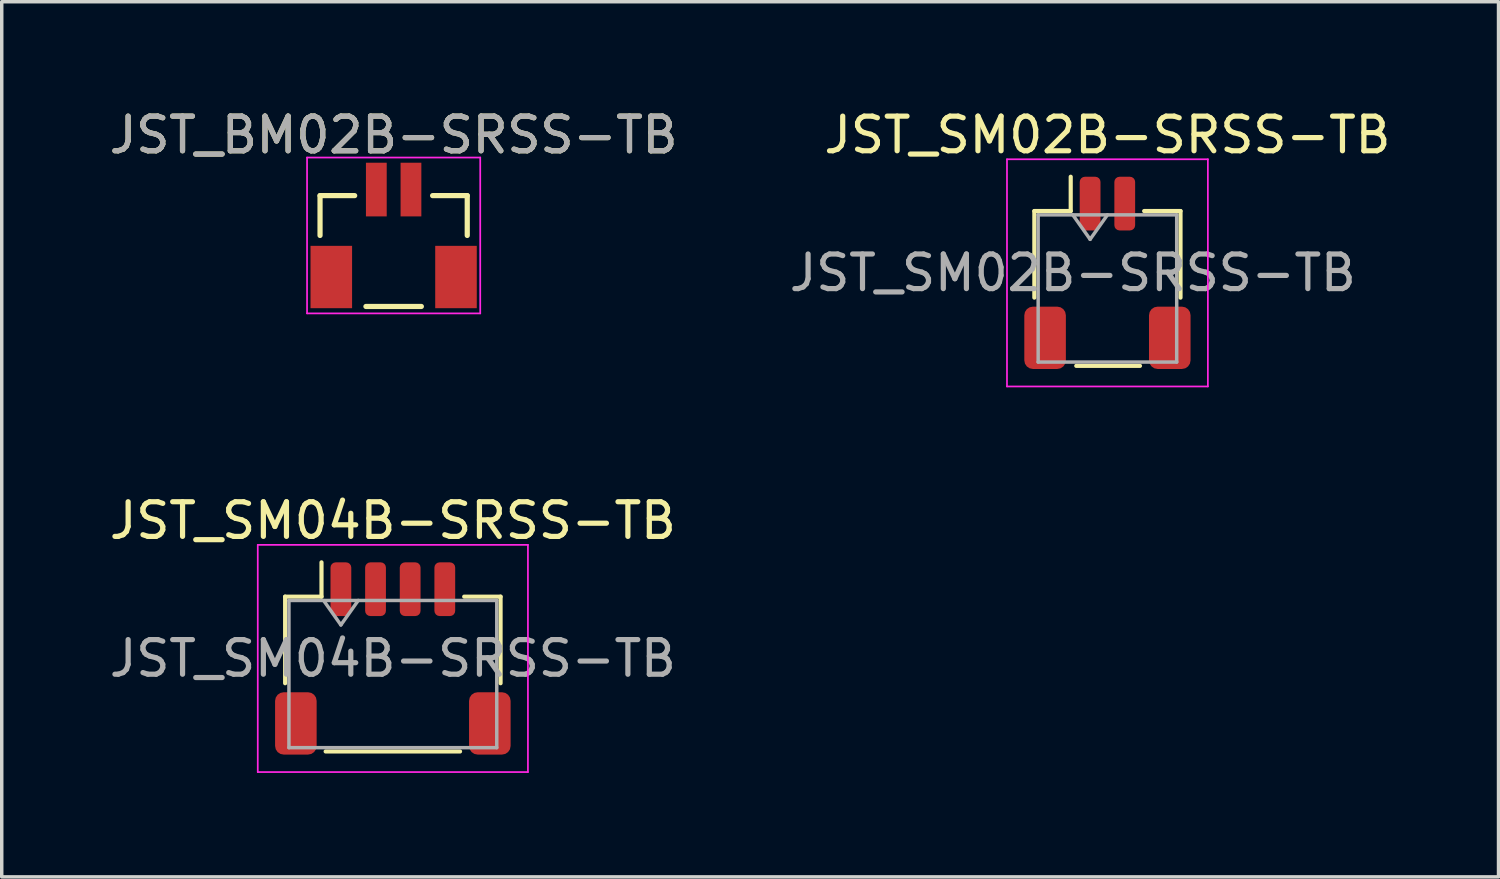
<source format=kicad_pcb>
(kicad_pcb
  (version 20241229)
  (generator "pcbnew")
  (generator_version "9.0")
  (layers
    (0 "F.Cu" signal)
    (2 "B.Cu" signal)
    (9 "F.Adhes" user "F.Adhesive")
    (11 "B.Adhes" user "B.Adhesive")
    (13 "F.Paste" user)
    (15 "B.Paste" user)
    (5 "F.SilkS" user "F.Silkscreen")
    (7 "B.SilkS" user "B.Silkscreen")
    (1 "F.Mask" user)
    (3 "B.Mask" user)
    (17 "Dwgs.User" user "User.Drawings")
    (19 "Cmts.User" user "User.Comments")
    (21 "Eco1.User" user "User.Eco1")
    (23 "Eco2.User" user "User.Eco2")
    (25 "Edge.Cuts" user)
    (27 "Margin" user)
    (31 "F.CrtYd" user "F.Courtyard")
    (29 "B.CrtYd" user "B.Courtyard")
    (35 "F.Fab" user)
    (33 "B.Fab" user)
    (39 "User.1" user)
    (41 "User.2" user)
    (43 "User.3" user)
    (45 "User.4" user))
  (footprint "JST_BM02B-SRSS-TB"
    (layer "F.Cu")
    (at 8.315 3.848)
    (property "Reference" "JST_BM02B-SRSS-TB" (at 0 -3 0) (layer "F.SilkS") (effects (font (size 1 1) (thickness 0.15))))
    (attr smd)
    (fp_line (start -2.125 -1.25) (end -1.125 -1.25) (stroke (width 0.15) (type solid)) (layer "F.SilkS"))
    (fp_line (start -2.125 -0.1) (end -2.125 -1.25) (stroke (width 0.15) (type solid)) (layer "F.SilkS"))
    (fp_line (start 0.8 1.95) (end -0.8 1.95) (stroke (width 0.15) (type solid)) (layer "F.SilkS"))
    (fp_line (start 1.125 -1.25) (end 2.125 -1.25) (stroke (width 0.15) (type solid)) (layer "F.SilkS"))
    (fp_line (start 2.125 -1.25) (end 2.125 -0.1) (stroke (width 0.15) (type solid)) (layer "F.SilkS"))
    (fp_line (start -2.5 -2.35) (end 2.5 -2.35) (stroke (width 0.05) (type solid)) (layer "F.CrtYd"))
    (fp_line (start -2.5 2.15) (end -2.5 -2.35) (stroke (width 0.05) (type solid)) (layer "F.CrtYd"))
    (fp_line (start 2.5 -2.35) (end 2.5 2.15) (stroke (width 0.05) (type solid)) (layer "F.CrtYd"))
    (fp_line (start 2.5 2.15) (end -2.5 2.15) (stroke (width 0.05) (type solid)) (layer "F.CrtYd"))
    (fp_text user "${REFERENCE}" (at 0 -3 0) (layer "F.Fab") (effects (font (size 1 1) (thickness 0.15))))
    (pad "1" smd rect (at -0.5 -1.425) (size 0.6 1.55) (layers "F.Cu" "F.Mask" "F.Paste"))
    (pad "2" smd rect (at 0.5 -1.425) (size 0.6 1.55) (layers "F.Cu" "F.Mask" "F.Paste"))
    (pad "~" smd rect (at -1.8 1.1) (size 1.2 1.8) (layers "F.Cu" "F.Mask" "F.Paste"))
    (pad "~" smd rect (at 1.8 1.1) (size 1.2 1.8) (layers "F.Cu" "F.Mask" "F.Paste")))
  (footprint "JST_SM02B-SRSS-TB"
    (layer "F.Cu")
    (at 28.923 4.828)
    (property "Reference" "JST_SM02B-SRSS-TB" (at 0 -3.98 0) (layer "F.SilkS") (effects (font (size 1 1) (thickness 0.15))))
    (attr smd)
    (fp_line (start -2.11 -1.785) (end -1.06 -1.785) (stroke (width 0.12) (type solid)) (layer "F.SilkS"))
    (fp_line (start -2.11 0.715) (end -2.11 -1.785) (stroke (width 0.12) (type solid)) (layer "F.SilkS"))
    (fp_line (start -1.06 -1.785) (end -1.06 -2.775) (stroke (width 0.12) (type solid)) (layer "F.SilkS"))
    (fp_line (start -0.9 2.685) (end 0.94 2.685) (stroke (width 0.12) (type solid)) (layer "F.SilkS"))
    (fp_line (start 2.11 -1.785) (end 1.06 -1.785) (stroke (width 0.12) (type solid)) (layer "F.SilkS"))
    (fp_line (start 2.11 0.715) (end 2.11 -1.785) (stroke (width 0.12) (type solid)) (layer "F.SilkS"))
    (fp_line (start -2.9 -3.28) (end -2.9 3.28) (stroke (width 0.05) (type solid)) (layer "F.CrtYd"))
    (fp_line (start -2.9 3.28) (end 2.9 3.28) (stroke (width 0.05) (type solid)) (layer "F.CrtYd"))
    (fp_line (start 2.9 -3.28) (end -2.9 -3.28) (stroke (width 0.05) (type solid)) (layer "F.CrtYd"))
    (fp_line (start 2.9 3.28) (end 2.9 -3.28) (stroke (width 0.05) (type solid)) (layer "F.CrtYd"))
    (fp_line (start -2 -1.675) (end -2 2.575) (stroke (width 0.1) (type solid)) (layer "F.Fab"))
    (fp_line (start -2 -1.675) (end 2 -1.675) (stroke (width 0.1) (type solid)) (layer "F.Fab"))
    (fp_line (start -2 2.575) (end 2 2.575) (stroke (width 0.1) (type solid)) (layer "F.Fab"))
    (fp_line (start -1 -1.675) (end -0.5 -0.968) (stroke (width 0.1) (type solid)) (layer "F.Fab"))
    (fp_line (start -0.5 -0.968) (end 0 -1.675) (stroke (width 0.1) (type solid)) (layer "F.Fab"))
    (fp_line (start 2 -1.675) (end 2 2.575) (stroke (width 0.1) (type solid)) (layer "F.Fab"))
    (fp_text user "${REFERENCE}" (at -1 0 0) (layer "F.Fab") (effects (font (size 1 1) (thickness 0.15))))
    (pad "1" smd roundrect (at -0.5 -2) (size 0.6 1.55) (layers "F.Cu" "F.Mask" "F.Paste") (roundrect_rratio 0.25))
    (pad "2" smd roundrect (at 0.5 -2) (size 0.6 1.55) (layers "F.Cu" "F.Mask" "F.Paste") (roundrect_rratio 0.25))
    (pad "MP" smd roundrect (at -1.8 1.875) (size 1.2 1.8) (layers "F.Cu" "F.Mask" "F.Paste") (roundrect_rratio 0.208))
    (pad "MP" smd roundrect (at 1.8 1.875) (size 1.2 1.8) (layers "F.Cu" "F.Mask" "F.Paste") (roundrect_rratio 0.208)))
  (footprint "JST_SM04B-SRSS-TB"
    (layer "F.Cu")
    (at 8.292 15.961)
    (property "Reference" "JST_SM04B-SRSS-TB" (at 0 -3.98 0) (layer "F.SilkS") (effects (font (size 1 1) (thickness 0.15))))
    (attr smd)
    (fp_line (start -3.11 -1.785) (end -2.06 -1.785) (stroke (width 0.12) (type solid)) (layer "F.SilkS"))
    (fp_line (start -3.11 0.715) (end -3.11 -1.785) (stroke (width 0.12) (type solid)) (layer "F.SilkS"))
    (fp_line (start -2.06 -1.785) (end -2.06 -2.775) (stroke (width 0.12) (type solid)) (layer "F.SilkS"))
    (fp_line (start -1.94 2.685) (end 1.94 2.685) (stroke (width 0.12) (type solid)) (layer "F.SilkS"))
    (fp_line (start 3.11 -1.785) (end 2.06 -1.785) (stroke (width 0.12) (type solid)) (layer "F.SilkS"))
    (fp_line (start 3.11 0.715) (end 3.11 -1.785) (stroke (width 0.12) (type solid)) (layer "F.SilkS"))
    (fp_line (start -3.9 -3.28) (end -3.9 3.28) (stroke (width 0.05) (type solid)) (layer "F.CrtYd"))
    (fp_line (start -3.9 3.28) (end 3.9 3.28) (stroke (width 0.05) (type solid)) (layer "F.CrtYd"))
    (fp_line (start 3.9 -3.28) (end -3.9 -3.28) (stroke (width 0.05) (type solid)) (layer "F.CrtYd"))
    (fp_line (start 3.9 3.28) (end 3.9 -3.28) (stroke (width 0.05) (type solid)) (layer "F.CrtYd"))
    (fp_line (start -3 -1.675) (end -3 2.575) (stroke (width 0.1) (type solid)) (layer "F.Fab"))
    (fp_line (start -3 -1.675) (end 3 -1.675) (stroke (width 0.1) (type solid)) (layer "F.Fab"))
    (fp_line (start -3 2.575) (end 3 2.575) (stroke (width 0.1) (type solid)) (layer "F.Fab"))
    (fp_line (start -2 -1.675) (end -1.5 -0.968) (stroke (width 0.1) (type solid)) (layer "F.Fab"))
    (fp_line (start -1.5 -0.968) (end -1 -1.675) (stroke (width 0.1) (type solid)) (layer "F.Fab"))
    (fp_line (start 3 -1.675) (end 3 2.575) (stroke (width 0.1) (type solid)) (layer "F.Fab"))
    (fp_text user "${REFERENCE}" (at 0 0 0) (layer "F.Fab") (effects (font (size 1 1) (thickness 0.15))))
    (pad "1" smd roundrect (at -1.5 -2) (size 0.6 1.55) (layers "F.Cu" "F.Mask" "F.Paste") (roundrect_rratio 0.25))
    (pad "2" smd roundrect (at -0.5 -2) (size 0.6 1.55) (layers "F.Cu" "F.Mask" "F.Paste") (roundrect_rratio 0.25))
    (pad "3" smd roundrect (at 0.5 -2) (size 0.6 1.55) (layers "F.Cu" "F.Mask" "F.Paste") (roundrect_rratio 0.25))
    (pad "4" smd roundrect (at 1.5 -2) (size 0.6 1.55) (layers "F.Cu" "F.Mask" "F.Paste") (roundrect_rratio 0.25))
    (pad "MP" smd roundrect (at -2.8 1.875) (size 1.2 1.8) (layers "F.Cu" "F.Mask" "F.Paste") (roundrect_rratio 0.208))
    (pad "MP" smd roundrect (at 2.8 1.875) (size 1.2 1.8) (layers "F.Cu" "F.Mask" "F.Paste") (roundrect_rratio 0.208)))
  (gr_rect
    (start -3 -3)
    (end 40.214 22.267)
    (stroke (width 0.1) (type default))
    (fill no)
    (layer "Edge.Cuts")))
</source>
